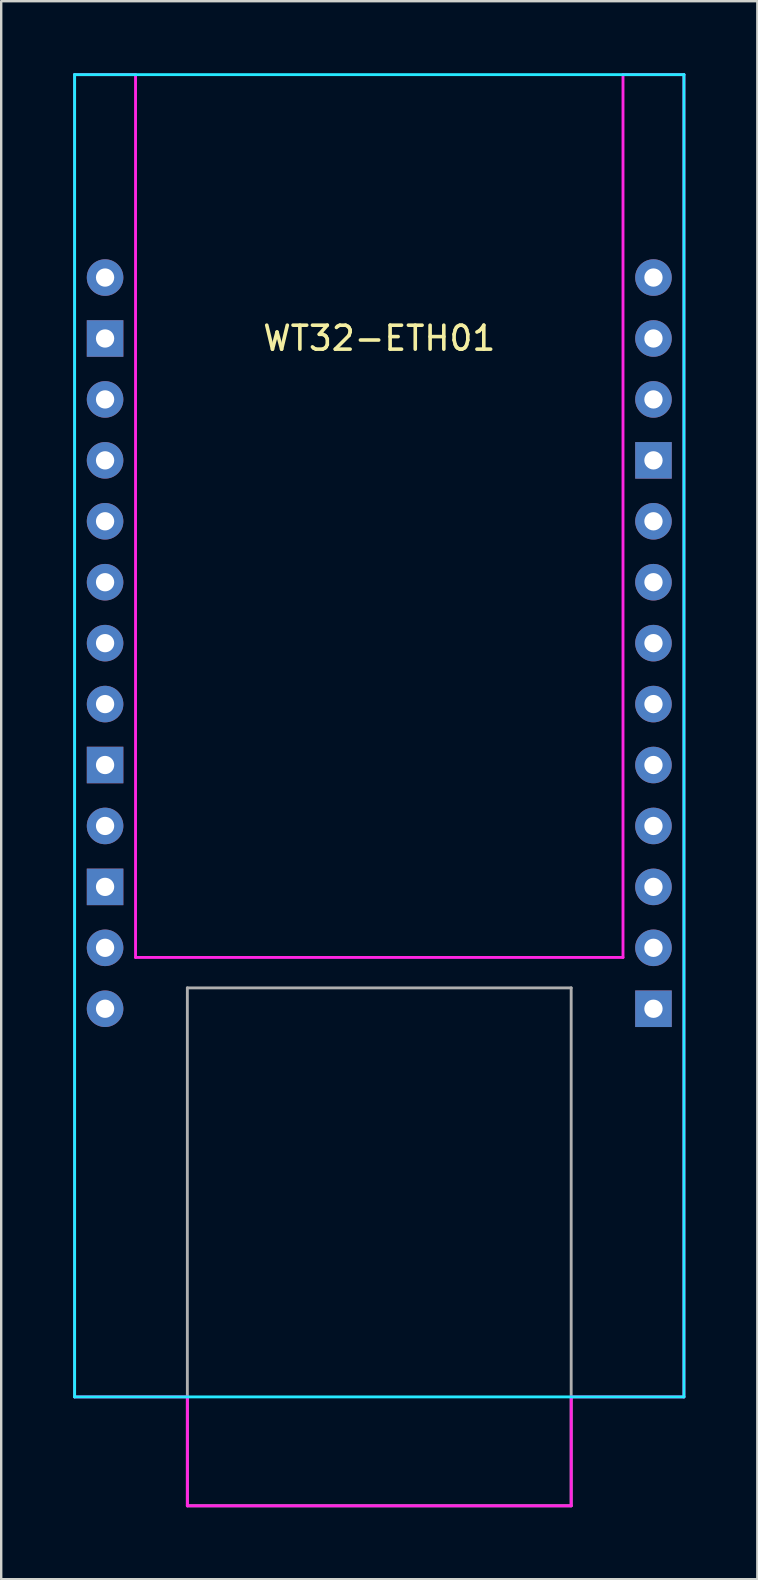
<source format=kicad_pcb>
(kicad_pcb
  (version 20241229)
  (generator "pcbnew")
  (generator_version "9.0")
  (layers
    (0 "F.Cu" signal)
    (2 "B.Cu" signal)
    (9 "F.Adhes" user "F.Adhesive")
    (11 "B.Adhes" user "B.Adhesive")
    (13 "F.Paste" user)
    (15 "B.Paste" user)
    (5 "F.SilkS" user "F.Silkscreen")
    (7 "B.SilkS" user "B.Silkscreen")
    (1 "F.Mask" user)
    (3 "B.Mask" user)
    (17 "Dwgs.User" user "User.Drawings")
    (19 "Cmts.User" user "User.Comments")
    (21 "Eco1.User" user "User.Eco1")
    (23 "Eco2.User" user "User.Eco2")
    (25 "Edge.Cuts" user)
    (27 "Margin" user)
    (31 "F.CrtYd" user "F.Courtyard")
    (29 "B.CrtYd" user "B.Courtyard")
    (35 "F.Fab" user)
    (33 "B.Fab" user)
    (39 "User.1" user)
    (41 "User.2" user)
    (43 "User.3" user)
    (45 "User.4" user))
  (footprint "WT32-ETH01"
    (layer "F.Cu")
    (at 13.466 4.73)
    (property "Reference" "WT32-ETH01" (at -0.706 6.32 0) (layer "F.SilkS") (effects (font (size 1 1) (thickness 0.15))))
    (attr through_hole)
    (fp_line (start -13.406 -4.67) (end 11.994 -4.67) (stroke (width 0.12) (type solid)) (layer "B.CrtYd"))
    (fp_line (start -13.406 50.45) (end -13.406 -4.67) (stroke (width 0.12) (type solid)) (layer "B.CrtYd"))
    (fp_line (start 11.994 -4.67) (end 11.994 50.45) (stroke (width 0.12) (type solid)) (layer "B.CrtYd"))
    (fp_line (start 11.994 50.45) (end -13.406 50.45) (stroke (width 0.12) (type solid)) (layer "B.CrtYd"))
    (fp_line (start -13.406 50.45) (end -13.406 -4.67) (stroke (width 0.12) (type solid)) (layer "F.CrtYd"))
    (fp_line (start -10.866 -4.67) (end -13.406 -4.67) (stroke (width 0.12) (type solid)) (layer "F.CrtYd"))
    (fp_line (start -10.866 -4.67) (end -10.866 32.13) (stroke (width 0.12) (type solid)) (layer "F.CrtYd"))
    (fp_line (start -8.706 50.45) (end -13.406 50.45) (stroke (width 0.12) (type solid)) (layer "F.CrtYd"))
    (fp_line (start -8.706 50.45) (end -8.706 54.99) (stroke (width 0.12) (type solid)) (layer "F.CrtYd"))
    (fp_line (start -8.706 54.99) (end 7.294 54.99) (stroke (width 0.12) (type solid)) (layer "F.CrtYd"))
    (fp_line (start 7.294 50.45) (end 7.294 54.99) (stroke (width 0.12) (type solid)) (layer "F.CrtYd"))
    (fp_line (start 9.454 -4.67) (end 9.454 32.13) (stroke (width 0.12) (type solid)) (layer "F.CrtYd"))
    (fp_line (start 9.454 -4.67) (end 11.994 -4.67) (stroke (width 0.12) (type solid)) (layer "F.CrtYd"))
    (fp_line (start 9.454 32.13) (end -10.866 32.13) (stroke (width 0.12) (type solid)) (layer "F.CrtYd"))
    (fp_line (start 11.994 -4.67) (end 11.994 50.45) (stroke (width 0.12) (type solid)) (layer "F.CrtYd"))
    (fp_line (start 11.994 50.45) (end 7.294 50.45) (stroke (width 0.12) (type solid)) (layer "F.CrtYd"))
    (fp_line (start -8.706 33.4) (end -8.706 54.99) (stroke (width 0.12) (type solid)) (layer "F.Fab"))
    (fp_line (start -8.706 33.4) (end 7.294 33.4) (stroke (width 0.12) (type solid)) (layer "F.Fab"))
    (fp_line (start -8.706 54.99) (end 7.294 54.99) (stroke (width 0.12) (type solid)) (layer "F.Fab"))
    (fp_line (start 7.294 33.4) (end 7.294 54.99) (stroke (width 0.12) (type solid)) (layer "F.Fab"))
    (pad "1" thru_hole circle (at -12.136 3.79) (size 1.524 1.524) (drill 0.762) (layers "*.Cu" "*.Mask"))
    (pad "2" thru_hole rect (at -12.136 6.33) (size 1.524 1.524) (drill 0.762) (layers "*.Cu" "*.Mask"))
    (pad "3" thru_hole circle (at -12.136 8.87) (size 1.524 1.524) (drill 0.762) (layers "*.Cu" "*.Mask"))
    (pad "4" thru_hole circle (at -12.136 11.41) (size 1.524 1.524) (drill 0.762) (layers "*.Cu" "*.Mask"))
    (pad "5" thru_hole circle (at -12.136 13.95) (size 1.524 1.524) (drill 0.762) (layers "*.Cu" "*.Mask"))
    (pad "6" thru_hole circle (at -12.136 16.49) (size 1.524 1.524) (drill 0.762) (layers "*.Cu" "*.Mask"))
    (pad "7" thru_hole circle (at -12.136 19.03) (size 1.524 1.524) (drill 0.762) (layers "*.Cu" "*.Mask"))
    (pad "8" thru_hole circle (at -12.136 21.57) (size 1.524 1.524) (drill 0.762) (layers "*.Cu" "*.Mask"))
    (pad "9" thru_hole rect (at -12.136 24.11) (size 1.524 1.524) (drill 0.762) (layers "*.Cu" "*.Mask"))
    (pad "10" thru_hole circle (at -12.136 26.65) (size 1.524 1.524) (drill 0.762) (layers "*.Cu" "*.Mask"))
    (pad "11" thru_hole rect (at -12.136 29.19) (size 1.524 1.524) (drill 0.762) (layers "*.Cu" "*.Mask"))
    (pad "12" thru_hole circle (at -12.136 31.73) (size 1.524 1.524) (drill 0.762) (layers "*.Cu" "*.Mask"))
    (pad "13" thru_hole circle (at -12.136 34.27) (size 1.524 1.524) (drill 0.762) (layers "*.Cu" "*.Mask"))
    (pad "14" thru_hole circle (at 10.724 3.79) (size 1.524 1.524) (drill 0.762) (layers "*.Cu" "*.Mask"))
    (pad "15" thru_hole circle (at 10.724 6.33) (size 1.524 1.524) (drill 0.762) (layers "*.Cu" "*.Mask"))
    (pad "16" thru_hole circle (at 10.724 8.87) (size 1.524 1.524) (drill 0.762) (layers "*.Cu" "*.Mask"))
    (pad "17" thru_hole rect (at 10.724 11.41) (size 1.524 1.524) (drill 0.762) (layers "*.Cu" "*.Mask"))
    (pad "18" thru_hole circle (at 10.724 13.95) (size 1.524 1.524) (drill 0.762) (layers "*.Cu" "*.Mask"))
    (pad "19" thru_hole circle (at 10.724 16.49) (size 1.524 1.524) (drill 0.762) (layers "*.Cu" "*.Mask"))
    (pad "20" thru_hole circle (at 10.724 19.03) (size 1.524 1.524) (drill 0.762) (layers "*.Cu" "*.Mask"))
    (pad "21" thru_hole circle (at 10.724 21.57) (size 1.524 1.524) (drill 0.762) (layers "*.Cu" "*.Mask"))
    (pad "22" thru_hole circle (at 10.724 24.11) (size 1.524 1.524) (drill 0.762) (layers "*.Cu" "*.Mask"))
    (pad "23" thru_hole circle (at 10.724 26.65) (size 1.524 1.524) (drill 0.762) (layers "*.Cu" "*.Mask"))
    (pad "24" thru_hole circle (at 10.724 29.19) (size 1.524 1.524) (drill 0.762) (layers "*.Cu" "*.Mask"))
    (pad "25" thru_hole circle (at 10.724 31.73) (size 1.524 1.524) (drill 0.762) (layers "*.Cu" "*.Mask"))
    (pad "26" thru_hole rect (at 10.724 34.27) (size 1.524 1.524) (drill 0.762) (layers "*.Cu" "*.Mask")))
  (gr_rect
    (start -3 -3)
    (end 28.52 62.78)
    (stroke (width 0.1) (type default))
    (fill no)
    (layer "Edge.Cuts")))
</source>
